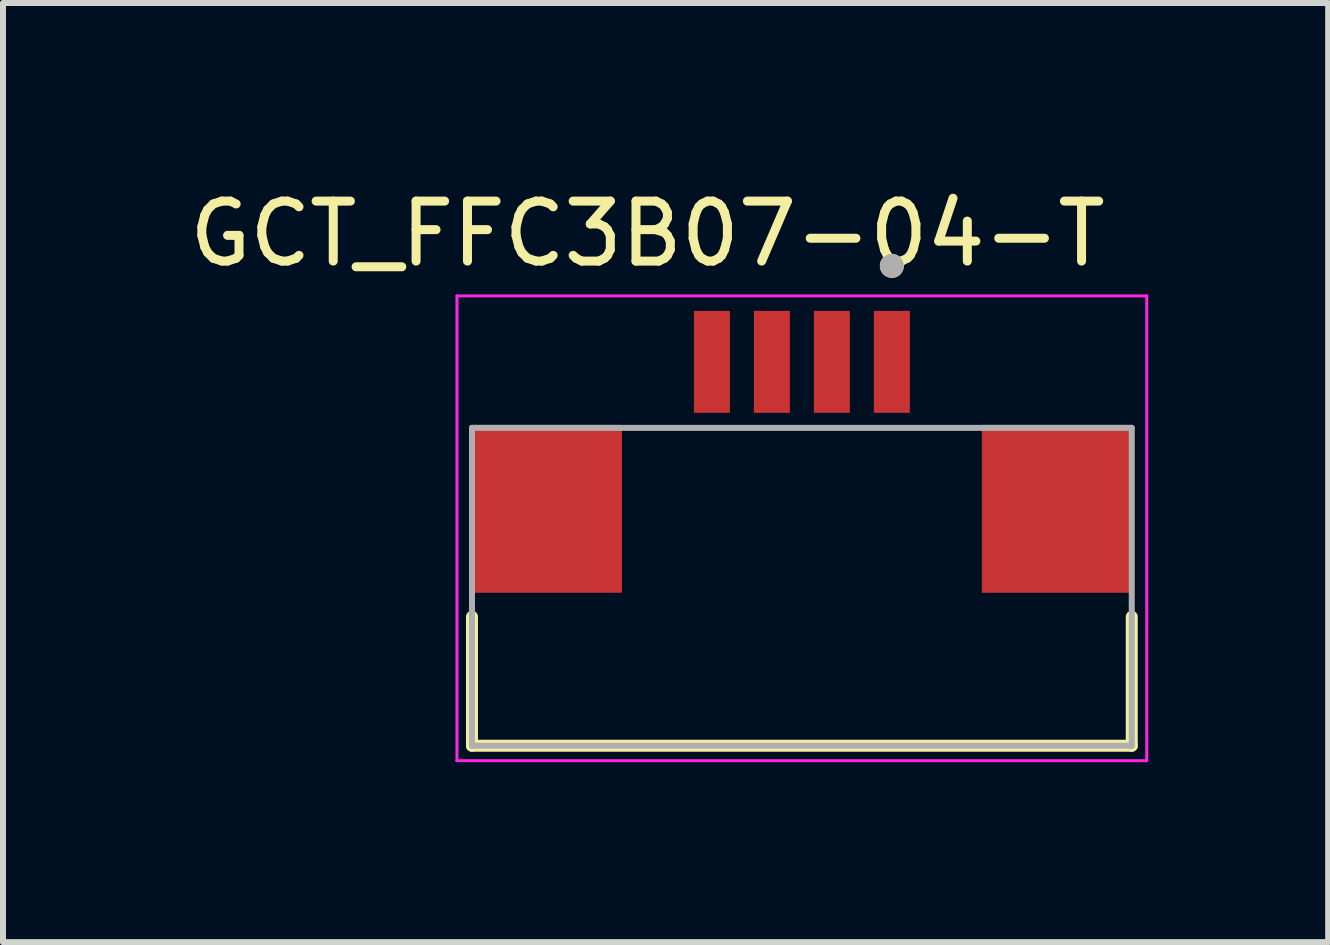
<source format=kicad_pcb>
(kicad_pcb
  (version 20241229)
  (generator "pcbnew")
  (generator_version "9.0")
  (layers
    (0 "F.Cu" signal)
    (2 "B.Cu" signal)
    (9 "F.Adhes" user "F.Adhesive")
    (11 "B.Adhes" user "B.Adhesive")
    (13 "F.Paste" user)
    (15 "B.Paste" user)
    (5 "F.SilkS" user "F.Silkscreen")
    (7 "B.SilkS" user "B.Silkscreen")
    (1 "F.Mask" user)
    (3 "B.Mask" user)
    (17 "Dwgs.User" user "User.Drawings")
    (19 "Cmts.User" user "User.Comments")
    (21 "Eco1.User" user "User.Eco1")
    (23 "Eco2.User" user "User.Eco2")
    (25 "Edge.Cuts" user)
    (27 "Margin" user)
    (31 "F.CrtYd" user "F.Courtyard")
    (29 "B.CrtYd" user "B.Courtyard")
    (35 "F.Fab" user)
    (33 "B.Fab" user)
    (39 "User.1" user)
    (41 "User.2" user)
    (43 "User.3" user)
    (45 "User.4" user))
  (footprint "GCT_FFC3B07-04-T"
    (layer "F.Cu")
    (at 10.319 5.433)
    (property "Reference" "GCT_FFC3B07-04-T" (at -2.575 -4.585 0) (layer "F.SilkS") (effects (font (size 1 1) (thickness 0.15))))
    (attr smd)
    (fp_line (start -5.5 1.8) (end -5.5 3.95) (stroke (width 0.2) (type solid)) (layer "F.SilkS"))
    (fp_line (start -5.5 3.95) (end 5.5 3.95) (stroke (width 0.2) (type solid)) (layer "F.SilkS"))
    (fp_line (start 5.5 3.95) (end 5.5 1.8) (stroke (width 0.2) (type solid)) (layer "F.SilkS"))
    (fp_circle (center 1.5 -4.05) (end 1.6 -4.05) (stroke (width 0.2) (type solid)) (fill no) (layer "F.SilkS"))
    (fp_line (start -5.75 -3.55) (end -5.75 4.2) (stroke (width 0.05) (type solid)) (layer "F.CrtYd"))
    (fp_line (start -5.75 4.2) (end 5.75 4.2) (stroke (width 0.05) (type solid)) (layer "F.CrtYd"))
    (fp_line (start 5.75 -3.55) (end -5.75 -3.55) (stroke (width 0.05) (type solid)) (layer "F.CrtYd"))
    (fp_line (start 5.75 4.2) (end 5.75 -3.55) (stroke (width 0.05) (type solid)) (layer "F.CrtYd"))
    (fp_line (start -5.5 -1.35) (end 5.5 -1.35) (stroke (width 0.1) (type solid)) (layer "F.Fab"))
    (fp_line (start -5.5 3.95) (end -5.5 -1.35) (stroke (width 0.1) (type solid)) (layer "F.Fab"))
    (fp_line (start 5.5 -1.35) (end 5.5 3.95) (stroke (width 0.1) (type solid)) (layer "F.Fab"))
    (fp_line (start 5.5 3.95) (end -5.5 3.95) (stroke (width 0.1) (type solid)) (layer "F.Fab"))
    (fp_circle (center 1.5 -4.05) (end 1.6 -4.05) (stroke (width 0.2) (type solid)) (fill no) (layer "F.Fab"))
    (pad "1" smd rect (at 1.5 -2.45) (size 0.6 1.7) (layers "F.Cu" "F.Mask" "F.Paste"))
    (pad "2" smd rect (at 0.5 -2.45) (size 0.6 1.7) (layers "F.Cu" "F.Mask" "F.Paste"))
    (pad "3" smd rect (at -0.5 -2.45) (size 0.6 1.7) (layers "F.Cu" "F.Mask" "F.Paste"))
    (pad "4" smd rect (at -1.5 -2.45) (size 0.6 1.7) (layers "F.Cu" "F.Mask" "F.Paste"))
    (pad "S1" smd rect (at 4.25 0) (size 2.5 2.8) (layers "F.Cu" "F.Mask" "F.Paste"))
    (pad "S2" smd rect (at -4.25 0) (size 2.5 2.8) (layers "F.Cu" "F.Mask" "F.Paste")))
  (gr_rect
    (start -3 -3)
    (end 19.094 12.658)
    (stroke (width 0.1) (type default))
    (fill no)
    (layer "Edge.Cuts")))
</source>
